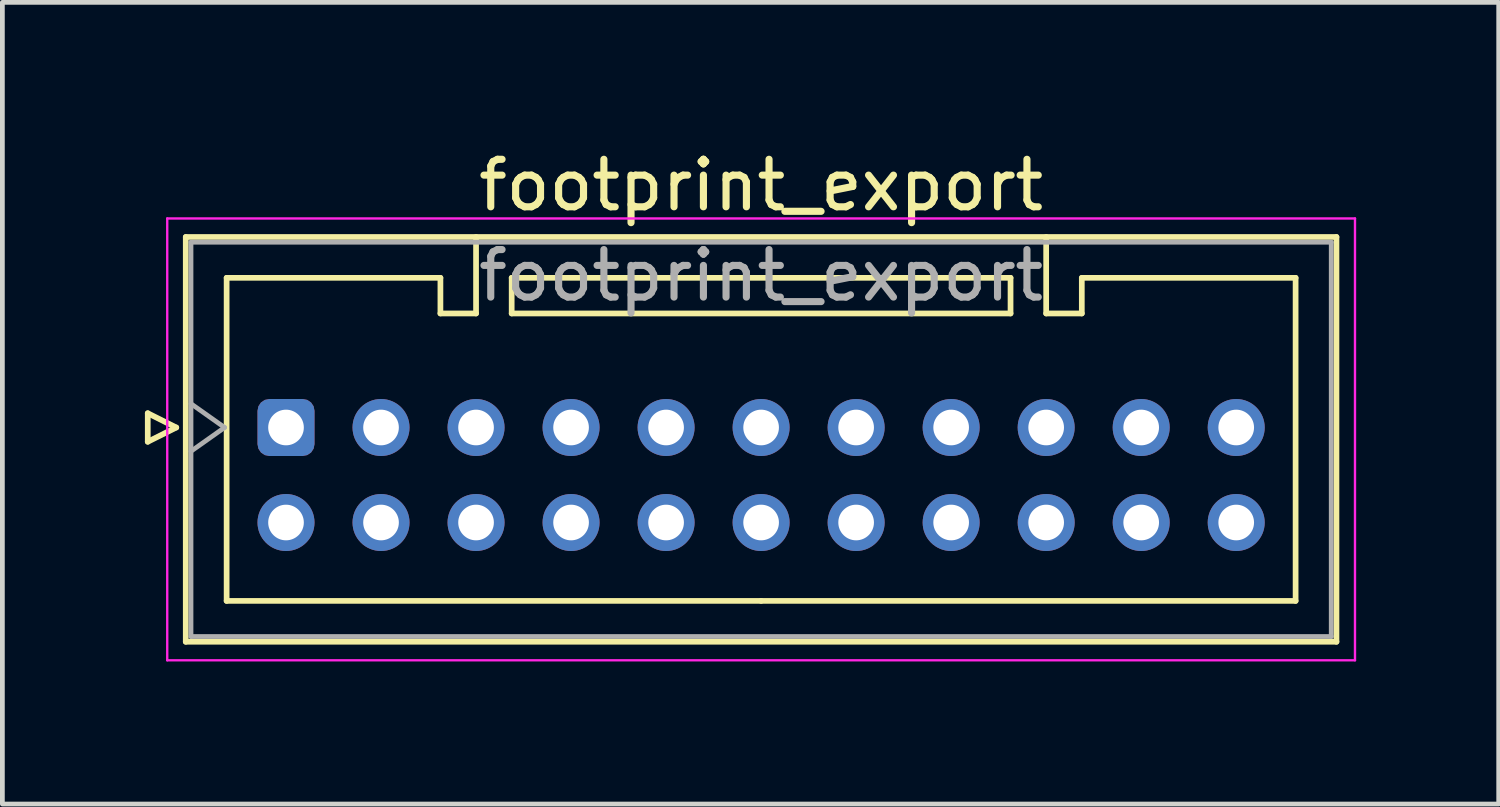
<source format=kicad_pcb>
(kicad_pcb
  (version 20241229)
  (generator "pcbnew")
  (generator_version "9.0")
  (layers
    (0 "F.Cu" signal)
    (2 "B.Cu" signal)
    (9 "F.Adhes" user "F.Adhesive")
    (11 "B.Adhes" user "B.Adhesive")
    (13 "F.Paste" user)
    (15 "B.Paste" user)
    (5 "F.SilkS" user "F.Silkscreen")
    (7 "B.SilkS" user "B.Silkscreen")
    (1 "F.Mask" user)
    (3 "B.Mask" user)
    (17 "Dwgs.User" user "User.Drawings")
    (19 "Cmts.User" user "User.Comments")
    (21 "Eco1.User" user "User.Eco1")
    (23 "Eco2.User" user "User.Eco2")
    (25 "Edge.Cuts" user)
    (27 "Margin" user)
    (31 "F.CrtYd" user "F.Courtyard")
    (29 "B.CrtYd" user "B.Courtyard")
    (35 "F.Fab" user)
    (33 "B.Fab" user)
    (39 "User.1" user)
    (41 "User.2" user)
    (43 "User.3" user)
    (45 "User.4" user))
  (footprint "footprint_export"
    (layer "F.Cu")
    (at 2.97 5.948)
    (property "Reference" "footprint_export" (at 10 -5.1 0) (layer "F.SilkS") (effects (font (size 1 1) (thickness 0.15))))
    (attr through_hole)
    (fp_line (start -2.91 -0.3) (end -2.31 0) (stroke (width 0.12) (type solid)) (layer "F.SilkS"))
    (fp_line (start -2.91 0.3) (end -2.91 -0.3) (stroke (width 0.12) (type solid)) (layer "F.SilkS"))
    (fp_line (start -2.31 0) (end -2.91 0.3) (stroke (width 0.12) (type solid)) (layer "F.SilkS"))
    (fp_line (start -2.11 -4.01) (end -2.11 4.51) (stroke (width 0.12) (type solid)) (layer "F.SilkS"))
    (fp_line (start -2.11 4.51) (end 22.11 4.51) (stroke (width 0.12) (type solid)) (layer "F.SilkS"))
    (fp_line (start -1.25 -3.15) (end -1.25 3.65) (stroke (width 0.12) (type solid)) (layer "F.SilkS"))
    (fp_line (start -1.25 3.65) (end 10 3.65) (stroke (width 0.12) (type solid)) (layer "F.SilkS"))
    (fp_line (start 3.25 -3.15) (end -1.25 -3.15) (stroke (width 0.12) (type solid)) (layer "F.SilkS"))
    (fp_line (start 3.25 -2.4) (end 3.25 -3.15) (stroke (width 0.12) (type solid)) (layer "F.SilkS"))
    (fp_line (start 4 -4.01) (end 4 -2.4) (stroke (width 0.12) (type solid)) (layer "F.SilkS"))
    (fp_line (start 4 -2.4) (end 3.25 -2.4) (stroke (width 0.12) (type solid)) (layer "F.SilkS"))
    (fp_line (start 4.75 -3.15) (end 4.75 -2.4) (stroke (width 0.12) (type solid)) (layer "F.SilkS"))
    (fp_line (start 4.75 -2.4) (end 15.25 -2.4) (stroke (width 0.12) (type solid)) (layer "F.SilkS"))
    (fp_line (start 15.25 -3.15) (end 4.75 -3.15) (stroke (width 0.12) (type solid)) (layer "F.SilkS"))
    (fp_line (start 15.25 -2.4) (end 15.25 -3.15) (stroke (width 0.12) (type solid)) (layer "F.SilkS"))
    (fp_line (start 16 -4.01) (end 16 -2.4) (stroke (width 0.12) (type solid)) (layer "F.SilkS"))
    (fp_line (start 16 -2.4) (end 16.75 -2.4) (stroke (width 0.12) (type solid)) (layer "F.SilkS"))
    (fp_line (start 16.75 -3.15) (end 21.25 -3.15) (stroke (width 0.12) (type solid)) (layer "F.SilkS"))
    (fp_line (start 16.75 -2.4) (end 16.75 -3.15) (stroke (width 0.12) (type solid)) (layer "F.SilkS"))
    (fp_line (start 21.25 -3.15) (end 21.25 3.65) (stroke (width 0.12) (type solid)) (layer "F.SilkS"))
    (fp_line (start 21.25 3.65) (end 10 3.65) (stroke (width 0.12) (type solid)) (layer "F.SilkS"))
    (fp_line (start 22.11 -4.01) (end -2.11 -4.01) (stroke (width 0.12) (type solid)) (layer "F.SilkS"))
    (fp_line (start 22.11 4.51) (end 22.11 -4.01) (stroke (width 0.12) (type solid)) (layer "F.SilkS"))
    (fp_line (start -2.5 -4.4) (end -2.5 4.9) (stroke (width 0.05) (type solid)) (layer "F.CrtYd"))
    (fp_line (start -2.5 4.9) (end 22.5 4.9) (stroke (width 0.05) (type solid)) (layer "F.CrtYd"))
    (fp_line (start 22.5 -4.4) (end -2.5 -4.4) (stroke (width 0.05) (type solid)) (layer "F.CrtYd"))
    (fp_line (start 22.5 4.9) (end 22.5 -4.4) (stroke (width 0.05) (type solid)) (layer "F.CrtYd"))
    (fp_line (start -2 -3.9) (end -2 4.4) (stroke (width 0.1) (type solid)) (layer "F.Fab"))
    (fp_line (start -2 0.5) (end -1.293 0) (stroke (width 0.1) (type solid)) (layer "F.Fab"))
    (fp_line (start -2 4.4) (end 22 4.4) (stroke (width 0.1) (type solid)) (layer "F.Fab"))
    (fp_line (start -1.293 0) (end -2 -0.5) (stroke (width 0.1) (type solid)) (layer "F.Fab"))
    (fp_line (start 22 -3.9) (end -2 -3.9) (stroke (width 0.1) (type solid)) (layer "F.Fab"))
    (fp_line (start 22 4.4) (end 22 -3.9) (stroke (width 0.1) (type solid)) (layer "F.Fab"))
    (fp_text user "${REFERENCE}" (at 10 -3.2 0) (layer "F.Fab") (effects (font (size 1 1) (thickness 0.15))))
    (pad "1" thru_hole roundrect (at 0 0) (size 1.2 1.2) (drill 0.75) (layers "*.Cu" "*.Mask") (roundrect_rratio 0.208))
    (pad "2" thru_hole circle (at 0 2) (size 1.2 1.2) (drill 0.75) (layers "*.Cu" "*.Mask"))
    (pad "3" thru_hole circle (at 2 0) (size 1.2 1.2) (drill 0.75) (layers "*.Cu" "*.Mask"))
    (pad "4" thru_hole circle (at 2 2) (size 1.2 1.2) (drill 0.75) (layers "*.Cu" "*.Mask"))
    (pad "5" thru_hole circle (at 4 0) (size 1.2 1.2) (drill 0.75) (layers "*.Cu" "*.Mask"))
    (pad "6" thru_hole circle (at 4 2) (size 1.2 1.2) (drill 0.75) (layers "*.Cu" "*.Mask"))
    (pad "7" thru_hole circle (at 6 0) (size 1.2 1.2) (drill 0.75) (layers "*.Cu" "*.Mask"))
    (pad "8" thru_hole circle (at 6 2) (size 1.2 1.2) (drill 0.75) (layers "*.Cu" "*.Mask"))
    (pad "9" thru_hole circle (at 8 0) (size 1.2 1.2) (drill 0.75) (layers "*.Cu" "*.Mask"))
    (pad "10" thru_hole circle (at 8 2) (size 1.2 1.2) (drill 0.75) (layers "*.Cu" "*.Mask"))
    (pad "11" thru_hole circle (at 10 0) (size 1.2 1.2) (drill 0.75) (layers "*.Cu" "*.Mask"))
    (pad "12" thru_hole circle (at 10 2) (size 1.2 1.2) (drill 0.75) (layers "*.Cu" "*.Mask"))
    (pad "13" thru_hole circle (at 12 0) (size 1.2 1.2) (drill 0.75) (layers "*.Cu" "*.Mask"))
    (pad "14" thru_hole circle (at 12 2) (size 1.2 1.2) (drill 0.75) (layers "*.Cu" "*.Mask"))
    (pad "15" thru_hole circle (at 14 0) (size 1.2 1.2) (drill 0.75) (layers "*.Cu" "*.Mask"))
    (pad "16" thru_hole circle (at 14 2) (size 1.2 1.2) (drill 0.75) (layers "*.Cu" "*.Mask"))
    (pad "17" thru_hole circle (at 16 0) (size 1.2 1.2) (drill 0.75) (layers "*.Cu" "*.Mask"))
    (pad "18" thru_hole circle (at 16 2) (size 1.2 1.2) (drill 0.75) (layers "*.Cu" "*.Mask"))
    (pad "19" thru_hole circle (at 18 0) (size 1.2 1.2) (drill 0.75) (layers "*.Cu" "*.Mask"))
    (pad "20" thru_hole circle (at 18 2) (size 1.2 1.2) (drill 0.75) (layers "*.Cu" "*.Mask"))
    (pad "21" thru_hole circle (at 20 0) (size 1.2 1.2) (drill 0.75) (layers "*.Cu" "*.Mask"))
    (pad "22" thru_hole circle (at 20 2) (size 1.2 1.2) (drill 0.75) (layers "*.Cu" "*.Mask")))
  (gr_rect
    (start -3 -3)
    (end 28.495 13.873)
    (stroke (width 0.1) (type default))
    (fill no)
    (layer "Edge.Cuts")))
</source>
